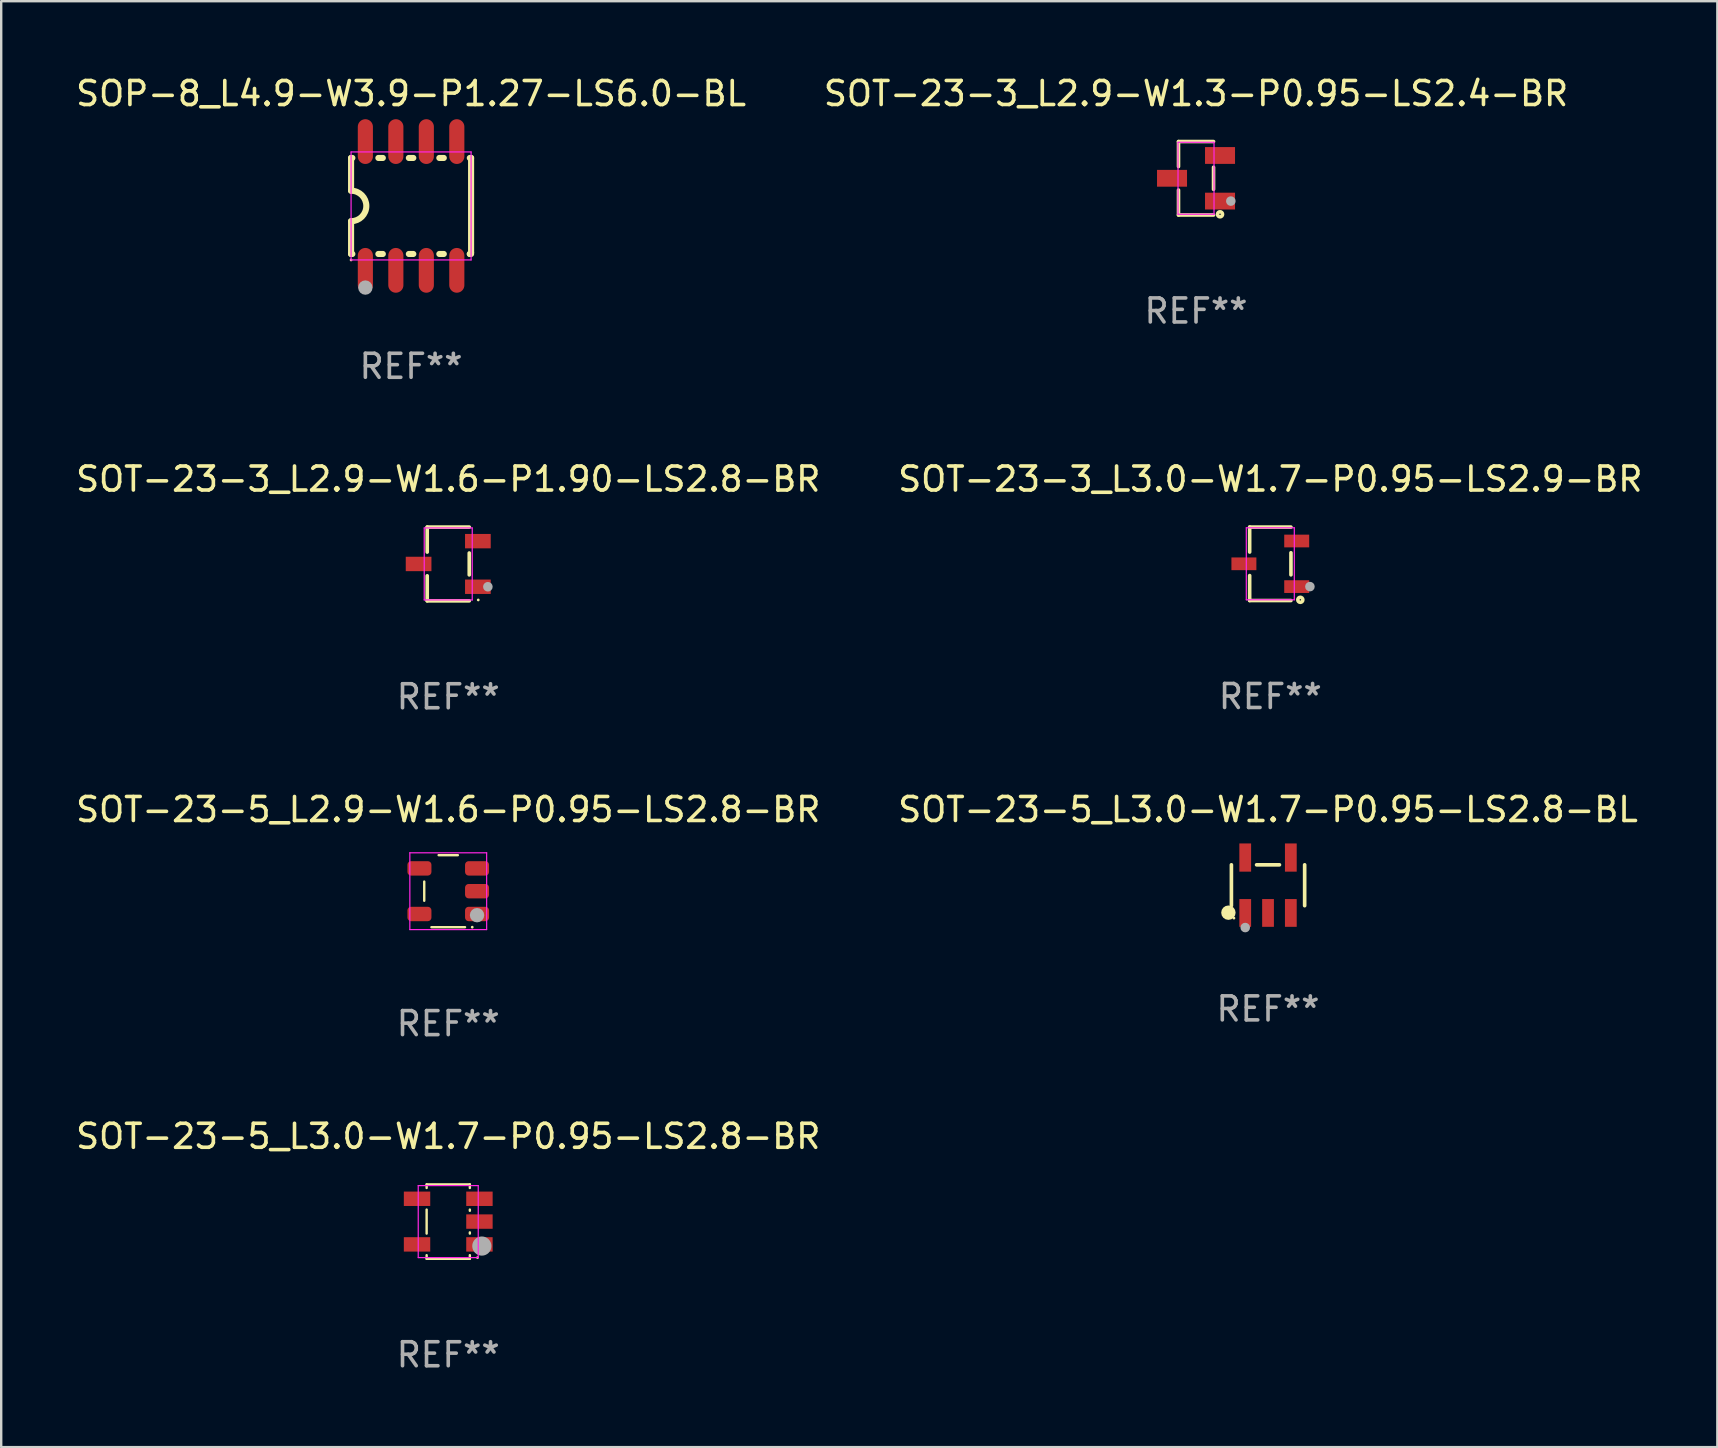
<source format=kicad_pcb>
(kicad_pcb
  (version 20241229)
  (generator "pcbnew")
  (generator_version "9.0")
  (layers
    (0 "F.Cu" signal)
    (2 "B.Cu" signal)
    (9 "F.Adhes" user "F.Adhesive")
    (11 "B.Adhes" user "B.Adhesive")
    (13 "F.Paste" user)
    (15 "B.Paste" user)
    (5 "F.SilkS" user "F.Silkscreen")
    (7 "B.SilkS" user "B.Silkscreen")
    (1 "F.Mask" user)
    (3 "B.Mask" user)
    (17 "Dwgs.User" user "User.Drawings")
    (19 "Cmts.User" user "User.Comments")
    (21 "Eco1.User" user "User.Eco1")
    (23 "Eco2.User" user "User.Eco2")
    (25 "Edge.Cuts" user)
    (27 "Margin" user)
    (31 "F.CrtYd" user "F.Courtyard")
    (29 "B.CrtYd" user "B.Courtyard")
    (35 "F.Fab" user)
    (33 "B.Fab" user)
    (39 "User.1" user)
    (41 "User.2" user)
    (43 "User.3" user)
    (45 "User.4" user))
  (footprint "SOT-23-3_L2.9-W1.6-P1.90-LS2.8-BR"
    (layer "F.Cu")
    (at 15.625 20.446)
    (property "Reference" "SOT-23-3_L2.9-W1.6-P1.90-LS2.8-BR" (at 0 -3.536 0) (layer "F.SilkS") (effects (font (size 1 1) (thickness 0.15))))
    (attr smd)
    (fp_line (start -0.876 -1.536) (end -0.876 -0.495) (stroke (width 0.152) (type solid)) (layer "F.SilkS"))
    (fp_line (start -0.876 1.536) (end -0.876 0.495) (stroke (width 0.152) (type solid)) (layer "F.SilkS"))
    (fp_line (start 0.876 -1.536) (end -0.876 -1.536) (stroke (width 0.152) (type solid)) (layer "F.SilkS"))
    (fp_line (start 0.876 -0.455) (end 0.876 0.455) (stroke (width 0.152) (type solid)) (layer "F.SilkS"))
    (fp_line (start 0.876 1.536) (end -0.876 1.536) (stroke (width 0.152) (type solid)) (layer "F.SilkS"))
    (fp_circle (center 1.25 1.5) (end 1.28 1.5) (stroke (width 0.06) (type solid)) (fill no) (layer "F.SilkS"))
    (fp_line (start -1 -1.5) (end -1 1.5) (stroke (width 0.05) (type default)) (layer "F.CrtYd"))
    (fp_line (start -1 1.5) (end 1 1.5) (stroke (width 0.05) (type default)) (layer "F.CrtYd"))
    (fp_line (start 1 -1.5) (end -1 -1.5) (stroke (width 0.05) (type default)) (layer "F.CrtYd"))
    (fp_line (start 1 1.5) (end 1 -1.5) (stroke (width 0.05) (type default)) (layer "F.CrtYd"))
    (fp_circle (center 1.651 0.95) (end 1.751 0.95) (stroke (width 0.2) (type solid)) (fill no) (layer "F.Fab"))
    (fp_text user "REF**" (at 0 5.536 0) (layer "F.Fab") (effects (font (size 1 1) (thickness 0.15))))
    (pad "1" smd rect (at 1.235 0.95) (size 1.07 0.6) (layers "F.Cu" "F.Mask" "F.Paste"))
    (pad "2" smd rect (at 1.235 -0.95) (size 1.07 0.6) (layers "F.Cu" "F.Mask" "F.Paste"))
    (pad "3" smd rect (at -1.235 0) (size 1.07 0.6) (layers "F.Cu" "F.Mask" "F.Paste")))
  (footprint "SOT-23-5_L3.0-W1.7-P0.95-LS2.8-BR"
    (layer "F.Cu")
    (at 15.625 47.845)
    (property "Reference" "SOT-23-5_L3.0-W1.7-P0.95-LS2.8-BR" (at 0 -3.55 0) (layer "F.SilkS") (effects (font (size 1 1) (thickness 0.15))))
    (attr smd)
    (fp_line (start -0.9 -1.55) (end -0.9 -1.4) (stroke (width 0.1) (type solid)) (layer "F.SilkS"))
    (fp_line (start -0.9 -1.55) (end 0.9 -1.55) (stroke (width 0.1) (type solid)) (layer "F.SilkS"))
    (fp_line (start -0.9 -0.5) (end -0.9 0.5) (stroke (width 0.1) (type solid)) (layer "F.SilkS"))
    (fp_line (start -0.9 1.4) (end -0.9 1.55) (stroke (width 0.1) (type solid)) (layer "F.SilkS"))
    (fp_line (start -0.9 1.55) (end 0.9 1.55) (stroke (width 0.1) (type solid)) (layer "F.SilkS"))
    (fp_line (start 0.9 -1.55) (end 0.9 -1.4) (stroke (width 0.1) (type solid)) (layer "F.SilkS"))
    (fp_line (start 0.9 -0.5) (end 0.9 -0.45) (stroke (width 0.1) (type solid)) (layer "F.SilkS"))
    (fp_line (start 0.9 0.45) (end 0.9 0.5) (stroke (width 0.1) (type solid)) (layer "F.SilkS"))
    (fp_line (start 0.9 1.4) (end 0.9 1.55) (stroke (width 0.1) (type solid)) (layer "F.SilkS"))
    (fp_circle (center 1.22 1.5) (end 1.25 1.5) (stroke (width 0.06) (type solid)) (fill no) (layer "F.SilkS"))
    (fp_line (start -1.25 -1.5) (end 1.25 -1.5) (stroke (width 0.05) (type default)) (layer "F.CrtYd"))
    (fp_line (start -1.25 1.5) (end -1.25 -1.5) (stroke (width 0.05) (type default)) (layer "F.CrtYd"))
    (fp_line (start 1.25 -1.5) (end 1.25 1.5) (stroke (width 0.05) (type default)) (layer "F.CrtYd"))
    (fp_line (start 1.25 1.5) (end -1.25 1.5) (stroke (width 0.05) (type default)) (layer "F.CrtYd"))
    (fp_circle (center 1.4 1.02) (end 1.6 1.02) (stroke (width 0.4) (type solid)) (fill no) (layer "F.Fab"))
    (fp_text user "REF**" (at 0 5.55 0) (layer "F.Fab") (effects (font (size 1 1) (thickness 0.15))))
    (pad "1" smd rect (at 1.3 0.95) (size 1.1 0.6) (layers "F.Cu" "F.Mask" "F.Paste"))
    (pad "2" smd rect (at 1.3 0) (size 1.1 0.6) (layers "F.Cu" "F.Mask" "F.Paste"))
    (pad "3" smd rect (at 1.3 -0.95) (size 1.1 0.6) (layers "F.Cu" "F.Mask" "F.Paste"))
    (pad "4" smd rect (at -1.3 -0.95) (size 1.1 0.6) (layers "F.Cu" "F.Mask" "F.Paste"))
    (pad "5" smd rect (at -1.3 0.95) (size 1.1 0.6) (layers "F.Cu" "F.Mask" "F.Paste")))
  (footprint "SOT-23-3_L3.0-W1.7-P0.95-LS2.9-BR"
    (layer "F.Cu")
    (at 49.875 20.44)
    (property "Reference" "SOT-23-3_L3.0-W1.7-P0.95-LS2.9-BR" (at 0 -3.53 0) (layer "F.SilkS") (effects (font (size 1 1) (thickness 0.15))))
    (attr smd)
    (fp_line (start -0.86 -1.53) (end -0.86 -0.49) (stroke (width 0.15) (type solid)) (layer "F.SilkS"))
    (fp_line (start -0.86 1.53) (end -0.86 0.49) (stroke (width 0.15) (type solid)) (layer "F.SilkS"))
    (fp_line (start 0.86 -1.53) (end -0.86 -1.53) (stroke (width 0.15) (type solid)) (layer "F.SilkS"))
    (fp_line (start 0.86 -0.46) (end 0.86 0.46) (stroke (width 0.15) (type solid)) (layer "F.SilkS"))
    (fp_line (start 0.86 1.53) (end -0.86 1.53) (stroke (width 0.15) (type solid)) (layer "F.SilkS"))
    (fp_circle (center 1.25 1.5) (end 1.28 1.5) (stroke (width 0.15) (type solid)) (fill no) (layer "F.SilkS"))
    (fp_line (start -1 -1.5) (end -1 1.5) (stroke (width 0.05) (type default)) (layer "F.CrtYd"))
    (fp_line (start -1 1.5) (end 1 1.5) (stroke (width 0.05) (type default)) (layer "F.CrtYd"))
    (fp_line (start 1 -1.5) (end -1 -1.5) (stroke (width 0.05) (type default)) (layer "F.CrtYd"))
    (fp_line (start 1 1.5) (end 1 -1.5) (stroke (width 0.05) (type default)) (layer "F.CrtYd"))
    (fp_circle (center 1.65 0.95) (end 1.75 0.95) (stroke (width 0.2) (type solid)) (fill no) (layer "F.Fab"))
    (fp_text user "REF**" (at 0 5.53 0) (layer "F.Fab") (effects (font (size 1 1) (thickness 0.15))))
    (pad "1" smd rect (at 1.1 0.95) (size 1.04 0.53) (layers "F.Cu" "F.Mask" "F.Paste"))
    (pad "2" smd rect (at 1.1 -0.95) (size 1.04 0.53) (layers "F.Cu" "F.Mask" "F.Paste"))
    (pad "3" smd rect (at -1.1 0) (size 1.04 0.53) (layers "F.Cu" "F.Mask" "F.Paste")))
  (footprint "SOP-8_L4.9-W3.9-P1.27-LS6.0-BL"
    (layer "F.Cu")
    (at 14.077 5.531)
    (property "Reference" "SOP-8_L4.9-W3.9-P1.27-LS6.0-BL" (at 0 -4.682 0) (layer "F.SilkS") (effects (font (size 1 1) (thickness 0.15))))
    (attr smd)
    (fp_line (start -2.5 -2) (end -2.5 -0.635) (stroke (width 0.254) (type solid)) (layer "F.SilkS"))
    (fp_line (start -2.5 -2) (end -2.447 -2) (stroke (width 0.254) (type solid)) (layer "F.SilkS"))
    (fp_line (start -2.5 2) (end -2.5 0.635) (stroke (width 0.254) (type solid)) (layer "F.SilkS"))
    (fp_line (start -2.5 2) (end -2.447 2) (stroke (width 0.254) (type solid)) (layer "F.SilkS"))
    (fp_line (start -1.363 -2) (end -1.177 -2) (stroke (width 0.254) (type solid)) (layer "F.SilkS"))
    (fp_line (start -1.363 2) (end -1.177 2) (stroke (width 0.254) (type solid)) (layer "F.SilkS"))
    (fp_line (start -0.093 -2) (end 0.093 -2) (stroke (width 0.254) (type solid)) (layer "F.SilkS"))
    (fp_line (start -0.093 2) (end 0.093 2) (stroke (width 0.254) (type solid)) (layer "F.SilkS"))
    (fp_line (start 1.177 -2) (end 1.363 -2) (stroke (width 0.254) (type solid)) (layer "F.SilkS"))
    (fp_line (start 1.177 2) (end 1.363 2) (stroke (width 0.254) (type solid)) (layer "F.SilkS"))
    (fp_line (start 2.447 -2) (end 2.5 -2) (stroke (width 0.254) (type solid)) (layer "F.SilkS"))
    (fp_line (start 2.447 2) (end 2.5 2) (stroke (width 0.254) (type solid)) (layer "F.SilkS"))
    (fp_line (start 2.5 -2) (end 2.5 1.947) (stroke (width 0.254) (type solid)) (layer "F.SilkS"))
    (fp_line (start 2.5 1.947) (end 2.447 2) (stroke (width 0.254) (type solid)) (layer "F.SilkS"))
    (fp_arc (start -2.499365 -0.635) (mid -1.864681 0.000317) (end -2.499999 0.635) (stroke (width 0.254) (type solid)) (layer "F.SilkS"))
    (fp_circle (center -2.5 2.25) (end -2.47 2.25) (stroke (width 0.06) (type solid)) (fill no) (layer "F.SilkS"))
    (fp_line (start -2.5 -2.25) (end -2.5 2.25) (stroke (width 0.05) (type default)) (layer "F.CrtYd"))
    (fp_line (start -2.5 2.25) (end 2.5 2.25) (stroke (width 0.05) (type default)) (layer "F.CrtYd"))
    (fp_line (start 2.5 -2.25) (end -2.5 -2.25) (stroke (width 0.05) (type default)) (layer "F.CrtYd"))
    (fp_line (start 2.5 2.25) (end 2.5 -2.25) (stroke (width 0.05) (type default)) (layer "F.CrtYd"))
    (fp_circle (center -1.905 3.4) (end -1.755 3.4) (stroke (width 0.3) (type solid)) (fill no) (layer "F.Fab"))
    (fp_text user "REF**" (at 0 6.682 0) (layer "F.Fab") (effects (font (size 1 1) (thickness 0.15))))
    (pad "1" smd oval (at -1.905 2.682) (size 0.63 1.865) (layers "F.Cu" "F.Mask" "F.Paste"))
    (pad "2" smd oval (at -0.635 2.682) (size 0.63 1.865) (layers "F.Cu" "F.Mask" "F.Paste"))
    (pad "3" smd oval (at 0.635 2.682) (size 0.63 1.865) (layers "F.Cu" "F.Mask" "F.Paste"))
    (pad "4" smd oval (at 1.905 2.682) (size 0.63 1.865) (layers "F.Cu" "F.Mask" "F.Paste"))
    (pad "5" smd oval (at 1.905 -2.682) (size 0.63 1.865) (layers "F.Cu" "F.Mask" "F.Paste"))
    (pad "6" smd oval (at 0.635 -2.682) (size 0.63 1.865) (layers "F.Cu" "F.Mask" "F.Paste"))
    (pad "7" smd oval (at -0.635 -2.682) (size 0.63 1.865) (layers "F.Cu" "F.Mask" "F.Paste"))
    (pad "8" smd oval (at -1.905 -2.682) (size 0.63 1.865) (layers "F.Cu" "F.Mask" "F.Paste")))
  (footprint "SOT-23-3_L2.9-W1.3-P0.95-LS2.4-BR"
    (layer "F.Cu")
    (at 46.78 4.378)
    (property "Reference" "SOT-23-3_L2.9-W1.3-P0.95-LS2.4-BR" (at 0 -3.53 0) (layer "F.SilkS") (effects (font (size 1 1) (thickness 0.15))))
    (attr smd)
    (fp_line (start -0.73 -1.53) (end -0.73 -0.49) (stroke (width 0.15) (type solid)) (layer "F.SilkS"))
    (fp_line (start -0.73 1.53) (end -0.73 0.49) (stroke (width 0.15) (type solid)) (layer "F.SilkS"))
    (fp_line (start 0.73 -1.53) (end -0.73 -1.53) (stroke (width 0.15) (type solid)) (layer "F.SilkS"))
    (fp_line (start 0.73 -0.46) (end 0.73 0.46) (stroke (width 0.15) (type solid)) (layer "F.SilkS"))
    (fp_line (start 0.73 1.53) (end -0.73 1.53) (stroke (width 0.15) (type solid)) (layer "F.SilkS"))
    (fp_circle (center 1 1.5) (end 1.03 1.5) (stroke (width 0.15) (type solid)) (fill no) (layer "F.SilkS"))
    (fp_line (start -0.75 -1.5) (end -0.75 1.5) (stroke (width 0.05) (type default)) (layer "F.CrtYd"))
    (fp_line (start -0.75 1.5) (end 0.75 1.5) (stroke (width 0.05) (type default)) (layer "F.CrtYd"))
    (fp_line (start 0.75 -1.5) (end -0.75 -1.5) (stroke (width 0.05) (type default)) (layer "F.CrtYd"))
    (fp_line (start 0.75 1.5) (end 0.75 -1.5) (stroke (width 0.05) (type default)) (layer "F.CrtYd"))
    (fp_circle (center 1.45 0.95) (end 1.55 0.95) (stroke (width 0.2) (type solid)) (fill no) (layer "F.Fab"))
    (fp_text user "REF**" (at 0 5.53 0) (layer "F.Fab") (effects (font (size 1 1) (thickness 0.15))))
    (pad "1" smd rect (at 1 0.95) (size 1.25 0.7) (layers "F.Cu" "F.Mask" "F.Paste"))
    (pad "2" smd rect (at 1 -0.95) (size 1.25 0.7) (layers "F.Cu" "F.Mask" "F.Paste"))
    (pad "3" smd rect (at -1 0) (size 1.25 0.7) (layers "F.Cu" "F.Mask" "F.Paste")))
  (footprint "SOT-23-5_L2.9-W1.6-P0.95-LS2.8-BR"
    (layer "F.Cu")
    (at 15.625 34.079)
    (property "Reference" "SOT-23-5_L2.9-W1.6-P0.95-LS2.8-BR" (at 0 -3.4 0) (layer "F.SilkS") (effects (font (size 1 1) (thickness 0.15))))
    (attr smd)
    (fp_line (start -1 0.4) (end -1 -0.4) (stroke (width 0.1) (type solid)) (layer "F.SilkS"))
    (fp_line (start -0.7 1.5) (end 0.7 1.5) (stroke (width 0.1) (type solid)) (layer "F.SilkS"))
    (fp_line (start -0.4 -1.5) (end 0.4 -1.5) (stroke (width 0.1) (type solid)) (layer "F.SilkS"))
    (fp_circle (center 1 1.5) (end 1.03 1.5) (stroke (width 0.06) (type solid)) (fill no) (layer "F.SilkS"))
    (fp_line (start -1.6 -1.6) (end -1.6 1.6) (stroke (width 0.05) (type default)) (layer "F.CrtYd"))
    (fp_line (start -1.6 1.6) (end 1.6 1.6) (stroke (width 0.05) (type default)) (layer "F.CrtYd"))
    (fp_line (start 1.6 -1.6) (end -1.6 -1.6) (stroke (width 0.05) (type default)) (layer "F.CrtYd"))
    (fp_line (start 1.6 1.6) (end 1.6 -1.6) (stroke (width 0.05) (type default)) (layer "F.CrtYd"))
    (fp_circle (center 1.2 1) (end 1.35 1) (stroke (width 0.3) (type solid)) (fill no) (layer "F.Fab"))
    (fp_text user "REF**" (at 0 5.52 0) (layer "F.Fab") (effects (font (size 1 1) (thickness 0.15))))
    (pad "1" smd roundrect (at 1.2 0.95 90) (size 0.6 1) (layers "F.Cu" "F.Mask" "F.Paste") (roundrect_rratio 0.25))
    (pad "2" smd roundrect (at 1.2 0 90) (size 0.6 1) (layers "F.Cu" "F.Mask" "F.Paste") (roundrect_rratio 0.25))
    (pad "3" smd roundrect (at 1.2 -0.95 90) (size 0.6 1) (layers "F.Cu" "F.Mask" "F.Paste") (roundrect_rratio 0.25))
    (pad "4" smd roundrect (at -1.2 -0.95 90) (size 0.6 1) (layers "F.Cu" "F.Mask" "F.Paste") (roundrect_rratio 0.25))
    (pad "5" smd roundrect (at -1.2 0.95 90) (size 0.6 1) (layers "F.Cu" "F.Mask" "F.Paste") (roundrect_rratio 0.25)))
  (footprint "SOT-23-5_L3.0-W1.7-P0.95-LS2.8-BL"
    (layer "F.Cu")
    (at 49.78 33.832)
    (property "Reference" "SOT-23-5_L3.0-W1.7-P0.95-LS2.8-BL" (at 0 -3.154 0) (layer "F.SilkS") (effects (font (size 1 1) (thickness 0.15))))
    (attr smd)
    (fp_line (start -1.526 0.851) (end -1.526 -0.851) (stroke (width 0.152) (type solid)) (layer "F.SilkS"))
    (fp_line (start 0.476 -0.851) (end -0.476 -0.851) (stroke (width 0.152) (type solid)) (layer "F.SilkS"))
    (fp_line (start 1.526 0.851) (end 1.526 -0.851) (stroke (width 0.152) (type solid)) (layer "F.SilkS"))
    (fp_circle (center -1.651 1.143) (end -1.501 1.143) (stroke (width 0.3) (type solid)) (fill no) (layer "F.SilkS"))
    (fp_circle (center -1.42 1.37) (end -1.39 1.37) (stroke (width 0.06) (type solid)) (fill no) (layer "F.SilkS"))
    (fp_circle (center -0.95 1.763) (end -0.85 1.763) (stroke (width 0.2) (type solid)) (fill no) (layer "F.Fab"))
    (fp_text user "REF**" (at 0 5.154 0) (layer "F.Fab") (effects (font (size 1 1) (thickness 0.15))))
    (pad "1" smd rect (at -0.95 1.154) (size 0.49 1.157) (layers "F.Cu" "F.Mask" "F.Paste"))
    (pad "2" smd rect (at 0 1.154) (size 0.49 1.157) (layers "F.Cu" "F.Mask" "F.Paste"))
    (pad "3" smd rect (at 0.95 1.154) (size 0.49 1.157) (layers "F.Cu" "F.Mask" "F.Paste"))
    (pad "4" smd rect (at 0.95 -1.154) (size 0.49 1.175) (layers "F.Cu" "F.Mask" "F.Paste"))
    (pad "5" smd rect (at -0.95 -1.154) (size 0.49 1.175) (layers "F.Cu" "F.Mask" "F.Paste")))
  (gr_rect
    (start -3 -3)
    (end 68.5 57.243)
    (stroke (width 0.1) (type default))
    (fill no)
    (layer "Edge.Cuts")))
</source>
